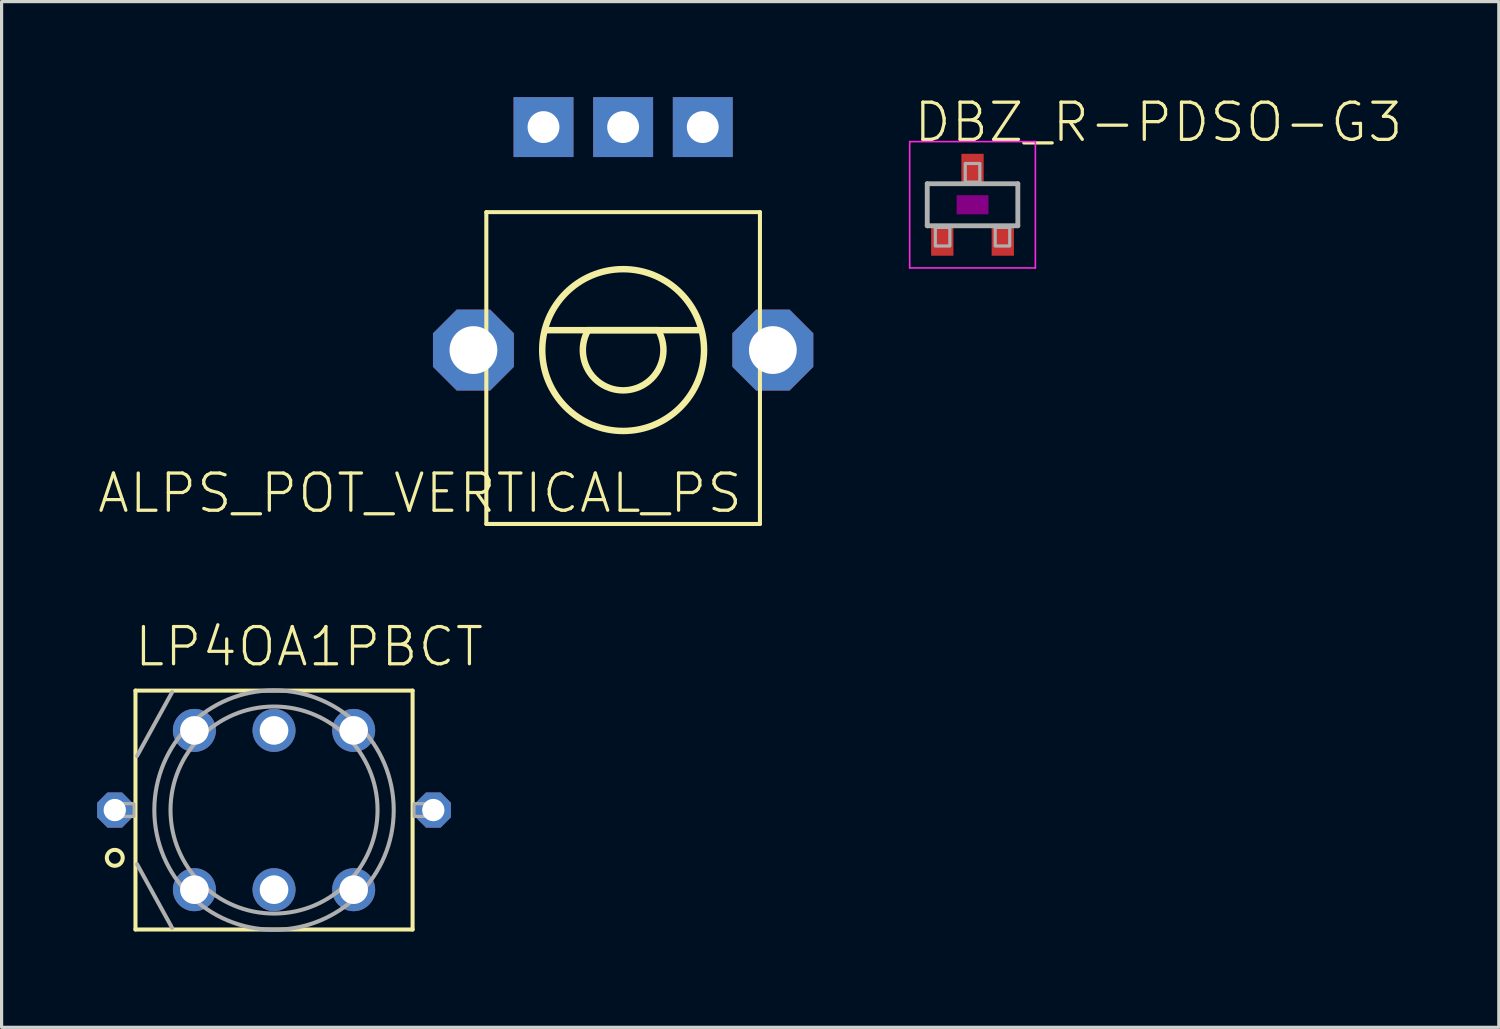
<source format=kicad_pcb>
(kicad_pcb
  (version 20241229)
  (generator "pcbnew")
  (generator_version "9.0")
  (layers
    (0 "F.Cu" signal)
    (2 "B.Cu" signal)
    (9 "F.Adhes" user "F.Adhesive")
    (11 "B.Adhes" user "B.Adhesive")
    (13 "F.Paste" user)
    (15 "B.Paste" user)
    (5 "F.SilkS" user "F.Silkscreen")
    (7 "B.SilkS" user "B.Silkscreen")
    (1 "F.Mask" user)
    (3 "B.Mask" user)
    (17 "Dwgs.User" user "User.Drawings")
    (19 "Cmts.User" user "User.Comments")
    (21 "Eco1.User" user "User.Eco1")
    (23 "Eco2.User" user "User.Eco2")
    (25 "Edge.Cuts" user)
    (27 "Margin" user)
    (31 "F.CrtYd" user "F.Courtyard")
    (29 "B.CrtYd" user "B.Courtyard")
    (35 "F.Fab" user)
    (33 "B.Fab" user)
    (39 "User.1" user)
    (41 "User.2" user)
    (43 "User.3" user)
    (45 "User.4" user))
  (footprint "LP4OA1PBCT"
    (layer "F.Cu")
    (at 5.553 22.381)
    (property "Reference" "LP4OA1PBCT" (at -4.445 -4.445 0) (layer "F.SilkS") (effects (font (size 1.168 1.168) (thickness 0.102)) (justify left bottom)))
    (fp_line (start -4.35 -3.75) (end 4.35 -3.75) (stroke (width 0.127) (type solid)) (layer "F.SilkS"))
    (fp_line (start -4.35 3.75) (end -4.35 -3.75) (stroke (width 0.127) (type solid)) (layer "F.SilkS"))
    (fp_line (start -4.35 3.75) (end 4.35 3.75) (stroke (width 0.127) (type solid)) (layer "F.SilkS"))
    (fp_line (start 4.35 3.75) (end 4.35 -3.75) (stroke (width 0.127) (type solid)) (layer "F.SilkS"))
    (fp_circle (center -5 1.5) (end -4.75 1.5) (stroke (width 0.127) (type solid)) (fill no) (layer "F.SilkS"))
    (fp_line (start -4.3 1.7) (end -3.2 3.7) (stroke (width 0.127) (type solid)) (layer "F.Fab"))
    (fp_line (start -3.2 -3.7) (end -4.3 -1.7) (stroke (width 0.127) (type solid)) (layer "F.Fab"))
    (fp_circle (center 0 0) (end 3.25 0) (stroke (width 0.127) (type solid)) (fill no) (layer "F.Fab"))
    (fp_circle (center 0 0) (end 3.758 0) (stroke (width 0.127) (type solid)) (fill no) (layer "F.Fab"))
    (fp_poly (pts (xy -5 0.2) (xy -4.4 0.2) (xy -4.4 -0.2) (xy -5 -0.2)) (stroke (width 0.1) (type default)) (fill no) (layer "F.Fab"))
    (fp_poly (pts (xy 4.4 0.2) (xy 5 0.2) (xy 5 -0.2) (xy 4.4 -0.2)) (stroke (width 0.1) (type default)) (fill no) (layer "F.Fab"))
    (pad "L1" thru_hole roundrect (at 5 0) (size 1.106 1.106) (drill 0.7) (layers "*.Cu" "*.Mask") (roundrect_rratio 0.25) (chamfer_ratio 0.293) (chamfer top_left top_right bottom_left bottom_right))
    (pad "L2" thru_hole roundrect (at -5 0) (size 1.106 1.106) (drill 0.7) (layers "*.Cu" "*.Mask") (roundrect_rratio 0.25) (chamfer_ratio 0.293) (chamfer top_left top_right bottom_left bottom_right))
    (pad "P1" thru_hole circle (at 2.5 -2.5) (size 1.35 1.35) (drill 0.9) (layers "*.Cu" "*.Mask"))
    (pad "P2" thru_hole circle (at 0 -2.5) (size 1.35 1.35) (drill 0.9) (layers "*.Cu" "*.Mask"))
    (pad "P3" thru_hole circle (at -2.5 -2.5) (size 1.35 1.35) (drill 0.9) (layers "*.Cu" "*.Mask"))
    (pad "P4" thru_hole circle (at 2.5 2.5) (size 1.35 1.35) (drill 0.9) (layers "*.Cu" "*.Mask"))
    (pad "P5" thru_hole circle (at 0 2.5) (size 1.35 1.35) (drill 0.9) (layers "*.Cu" "*.Mask"))
    (pad "P6" thru_hole circle (at -2.5 2.5) (size 1.35 1.35) (drill 0.9) (layers "*.Cu" "*.Mask")))
  (footprint "DBZ_R-PDSO-G3"
    (layer "F.Cu")
    (at 27.482 3.378)
    (property "Reference" "DBZ_R-PDSO-G3" (at -1.905 -1.905 0) (layer "F.SilkS") (effects (font (size 1.168 1.168) (thickness 0.102)) (justify left bottom)))
    (fp_poly (pts (xy -0.5 0.3) (xy 0.5 0.3) (xy 0.5 -0.3) (xy -0.5 -0.3)) (stroke (width 0) (type default)) (fill yes) (layer "F.Adhes"))
    (fp_line (start -1.973 -1.983) (end 1.973 -1.983) (stroke (width 0.051) (type solid)) (layer "F.CrtYd"))
    (fp_line (start -1.973 1.983) (end -1.973 -1.983) (stroke (width 0.051) (type solid)) (layer "F.CrtYd"))
    (fp_line (start 1.973 -1.983) (end 1.973 1.983) (stroke (width 0.051) (type solid)) (layer "F.CrtYd"))
    (fp_line (start 1.973 1.983) (end -1.973 1.983) (stroke (width 0.051) (type solid)) (layer "F.CrtYd"))
    (fp_line (start -1.422 -0.66) (end 1.422 -0.66) (stroke (width 0.152) (type solid)) (layer "F.Fab"))
    (fp_line (start -1.422 0.66) (end -1.422 -0.66) (stroke (width 0.152) (type solid)) (layer "F.Fab"))
    (fp_line (start 1.422 -0.66) (end 1.422 0.66) (stroke (width 0.152) (type solid)) (layer "F.Fab"))
    (fp_line (start 1.422 0.66) (end -1.422 0.66) (stroke (width 0.152) (type solid)) (layer "F.Fab"))
    (fp_poly (pts (xy -1.168 1.295) (xy -0.711 1.295) (xy -0.711 0.711) (xy -1.168 0.711)) (stroke (width 0.1) (type default)) (fill no) (layer "F.Fab"))
    (fp_poly (pts (xy -0.229 -0.711) (xy 0.229 -0.711) (xy 0.229 -1.295) (xy -0.229 -1.295)) (stroke (width 0.1) (type default)) (fill no) (layer "F.Fab"))
    (fp_poly (pts (xy 0.711 1.295) (xy 1.168 1.295) (xy 1.168 0.711) (xy 0.711 0.711)) (stroke (width 0.1) (type default)) (fill no) (layer "F.Fab"))
    (pad "1" smd rect (at -0.95 1.1) (size 0.7 1) (layers "F.Cu" "F.Mask" "F.Paste"))
    (pad "2" smd rect (at 0.95 1.1) (size 0.7 1) (layers "F.Cu" "F.Mask" "F.Paste"))
    (pad "3" smd rect (at 0 -1.1) (size 0.7 1) (layers "F.Cu" "F.Mask" "F.Paste")))
  (footprint "ALPS_POT_VERTICAL_PS"
    (layer "F.Cu")
    (at 16.513 7.94)
    (property "Reference" "ALPS_POT_VERTICAL_PS" (at 3.81 3.81 0) (layer "F.SilkS") (effects (font (size 1.168 1.168) (thickness 0.102)) (justify right top)))
    (fp_line (start -4.295 -4.33) (end 4.295 -4.33) (stroke (width 0.127) (type solid)) (layer "F.SilkS"))
    (fp_line (start -4.295 5.46) (end -4.295 -4.33) (stroke (width 0.127) (type solid)) (layer "F.SilkS"))
    (fp_line (start -2.45 -0.625) (end 2.425 -0.625) (stroke (width 0.203) (type solid)) (layer "F.SilkS"))
    (fp_line (start -1.1 -0.625) (end 1.1 -0.625) (stroke (width 0.203) (type solid)) (layer "F.SilkS"))
    (fp_line (start 4.295 -4.33) (end 4.295 5.46) (stroke (width 0.127) (type solid)) (layer "F.SilkS"))
    (fp_line (start 4.295 5.46) (end -4.295 5.46) (stroke (width 0.127) (type solid)) (layer "F.SilkS"))
    (fp_arc (start 1.1 -0.625) (mid 0 1.265158) (end -1.1 -0.625) (stroke (width 0.2032) (type solid)) (layer "F.SilkS"))
    (fp_circle (center 0 0) (end 2.54 0) (stroke (width 0.203) (type solid)) (fill no) (layer "F.SilkS"))
    (pad "P$1" thru_hole rect (at -2.5 -7 270) (size 1.88 1.88) (drill 1) (layers "*.Cu" "*.Mask"))
    (pad "P$2" thru_hole rect (at 0 -7 270) (size 1.88 1.88) (drill 1) (layers "*.Cu" "*.Mask"))
    (pad "P$3" thru_hole rect (at 2.5 -7 270) (size 1.88 1.88) (drill 1) (layers "*.Cu" "*.Mask"))
    (pad "P$4" thru_hole roundrect (at -4.7 0 270) (size 2.54 2.54) (drill 1.5) (layers "*.Cu" "*.Mask") (roundrect_rratio 0.25) (chamfer_ratio 0.293) (chamfer top_left top_right bottom_left bottom_right))
    (pad "P$5" thru_hole roundrect (at 4.7 0 270) (size 2.54 2.54) (drill 1.5) (layers "*.Cu" "*.Mask") (roundrect_rratio 0.25) (chamfer_ratio 0.293) (chamfer top_left top_right bottom_left bottom_right)))
  (gr_rect
    (start -3 -3)
    (end 44.004 29.203)
    (stroke (width 0.1) (type default))
    (fill no)
    (layer "Edge.Cuts")))
</source>
